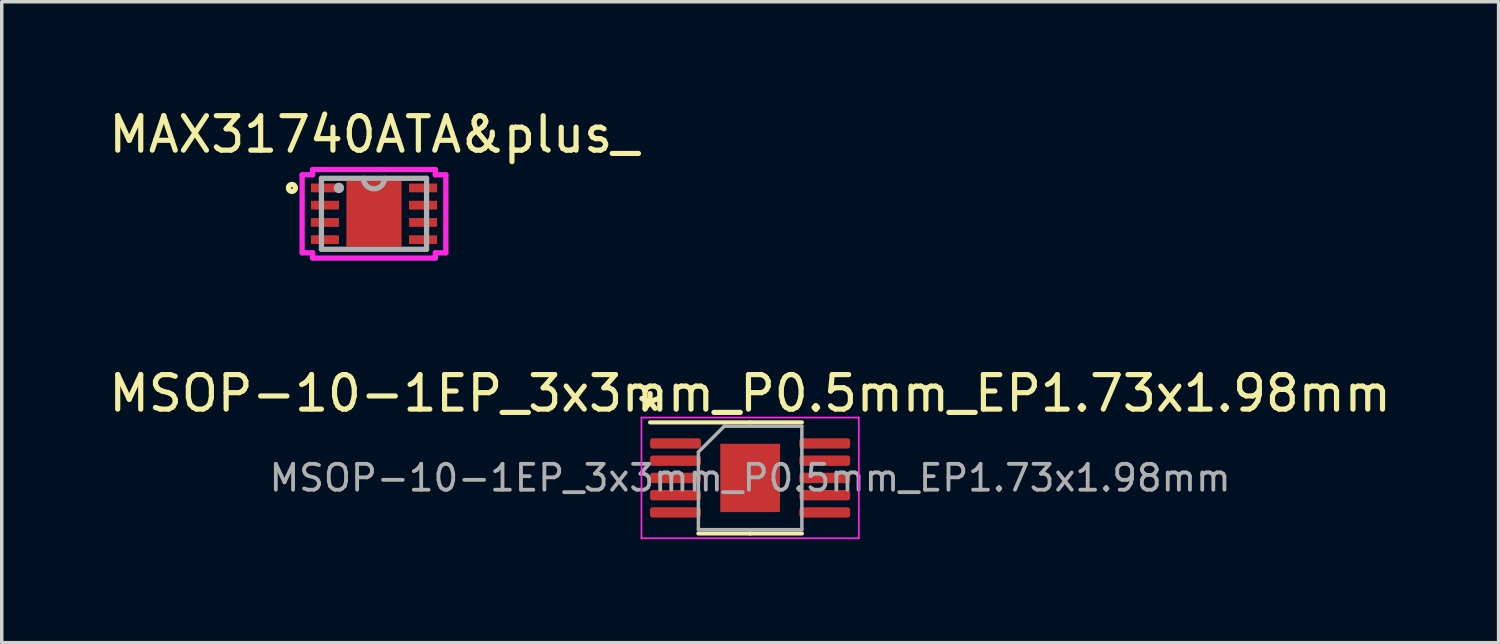
<source format=kicad_pcb>
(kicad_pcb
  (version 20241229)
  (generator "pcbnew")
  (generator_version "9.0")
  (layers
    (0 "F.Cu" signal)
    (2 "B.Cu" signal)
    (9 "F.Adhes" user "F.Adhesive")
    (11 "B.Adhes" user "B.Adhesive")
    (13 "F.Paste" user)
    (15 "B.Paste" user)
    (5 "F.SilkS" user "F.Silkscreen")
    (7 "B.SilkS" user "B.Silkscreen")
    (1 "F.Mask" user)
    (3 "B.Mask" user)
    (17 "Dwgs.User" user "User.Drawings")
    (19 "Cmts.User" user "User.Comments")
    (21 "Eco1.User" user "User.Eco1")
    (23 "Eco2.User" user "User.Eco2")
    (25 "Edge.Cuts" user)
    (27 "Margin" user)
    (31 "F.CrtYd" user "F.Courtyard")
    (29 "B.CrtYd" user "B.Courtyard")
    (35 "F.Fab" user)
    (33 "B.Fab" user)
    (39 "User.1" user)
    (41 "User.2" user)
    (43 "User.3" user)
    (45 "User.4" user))
  (footprint "MAX31740ATA&plus_"
    (layer "F.Cu")
    (at 7.792 3.148)
    (property "Reference" "MAX31740ATA&plus_" (at 0 -2.3 0) (layer "F.SilkS") (effects (font (size 1 1) (thickness 0.15))))
    (attr through_hole)
    (fp_circle (center -2.38 -0.75) (end -2.278 -0.75) (stroke (width 0.152) (type solid)) (fill no) (layer "F.SilkS"))
    (fp_line (start -2.083 -1.131) (end -1.778 -1.131) (stroke (width 0.152) (type solid)) (layer "F.CrtYd"))
    (fp_line (start -2.083 1.131) (end -2.083 -1.131) (stroke (width 0.152) (type solid)) (layer "F.CrtYd"))
    (fp_line (start -1.778 -1.283) (end 1.778 -1.283) (stroke (width 0.152) (type solid)) (layer "F.CrtYd"))
    (fp_line (start -1.778 -1.131) (end -1.778 -1.283) (stroke (width 0.152) (type solid)) (layer "F.CrtYd"))
    (fp_line (start -1.778 1.131) (end -2.083 1.131) (stroke (width 0.152) (type solid)) (layer "F.CrtYd"))
    (fp_line (start -1.778 1.283) (end -1.778 1.131) (stroke (width 0.152) (type solid)) (layer "F.CrtYd"))
    (fp_line (start 1.778 -1.283) (end 1.778 -1.131) (stroke (width 0.152) (type solid)) (layer "F.CrtYd"))
    (fp_line (start 1.778 -1.131) (end 2.083 -1.131) (stroke (width 0.152) (type solid)) (layer "F.CrtYd"))
    (fp_line (start 1.778 1.131) (end 1.778 1.283) (stroke (width 0.152) (type solid)) (layer "F.CrtYd"))
    (fp_line (start 1.778 1.283) (end -1.778 1.283) (stroke (width 0.152) (type solid)) (layer "F.CrtYd"))
    (fp_line (start 2.083 -1.131) (end 2.083 1.131) (stroke (width 0.152) (type solid)) (layer "F.CrtYd"))
    (fp_line (start 2.083 1.131) (end 1.778 1.131) (stroke (width 0.152) (type solid)) (layer "F.CrtYd"))
    (fp_line (start -1.524 -1.029) (end -1.524 1.029) (stroke (width 0.152) (type solid)) (layer "F.Fab"))
    (fp_line (start -1.524 1.029) (end 1.524 1.029) (stroke (width 0.152) (type solid)) (layer "F.Fab"))
    (fp_line (start 1.524 -1.029) (end -1.524 -1.029) (stroke (width 0.152) (type solid)) (layer "F.Fab"))
    (fp_line (start 1.524 1.029) (end 1.524 -1.029) (stroke (width 0.152) (type solid)) (layer "F.Fab"))
    (fp_arc (start 0.3048 -1.0287) (mid 0 -0.7239) (end -0.3048 -1.0287) (stroke (width 0.1524) (type solid)) (layer "F.Fab"))
    (fp_circle (center -1.016 -0.75) (end -0.94 -0.75) (stroke (width 0.152) (type solid)) (fill no) (layer "F.Fab"))
    (pad "1" smd rect (at -1.422 -0.75) (size 0.813 0.254) (layers "F.Cu" "F.Mask" "F.Paste"))
    (pad "2" smd rect (at -1.422 -0.25) (size 0.813 0.254) (layers "F.Cu" "F.Mask" "F.Paste"))
    (pad "3" smd rect (at -1.422 0.25) (size 0.813 0.254) (layers "F.Cu" "F.Mask" "F.Paste"))
    (pad "4" smd rect (at -1.422 0.75) (size 0.813 0.254) (layers "F.Cu" "F.Mask" "F.Paste"))
    (pad "5" smd rect (at 1.422 0.75) (size 0.813 0.254) (layers "F.Cu" "F.Mask" "F.Paste"))
    (pad "6" smd rect (at 1.422 0.25) (size 0.813 0.254) (layers "F.Cu" "F.Mask" "F.Paste"))
    (pad "7" smd rect (at 1.422 -0.25) (size 0.813 0.254) (layers "F.Cu" "F.Mask" "F.Paste"))
    (pad "8" smd rect (at 1.422 -0.75) (size 0.813 0.254) (layers "F.Cu" "F.Mask" "F.Paste"))
    (pad "9" smd rect (at 0 0) (size 1.6 1.905) (layers "F.Cu" "F.Mask" "F.Paste")))
  (footprint "MSOP-10-1EP_3x3mm_P0.5mm_EP1.73x1.98mm"
    (layer "F.Cu")
    (at 18.696 10.805)
    (property "Reference" "MSOP-10-1EP_3x3mm_P0.5mm_EP1.73x1.98mm" (at 0 -2.45 0) (layer "F.SilkS") (effects (font (size 1 1) (thickness 0.15))))
    (attr smd)
    (fp_line (start 0 -1.61) (end -2.9 -1.61) (stroke (width 0.12) (type solid)) (layer "F.SilkS"))
    (fp_line (start 0 -1.61) (end 1.5 -1.61) (stroke (width 0.12) (type solid)) (layer "F.SilkS"))
    (fp_line (start 0 1.61) (end -1.5 1.61) (stroke (width 0.12) (type solid)) (layer "F.SilkS"))
    (fp_line (start 0 1.61) (end 1.5 1.61) (stroke (width 0.12) (type solid)) (layer "F.SilkS"))
    (fp_line (start -3.15 -1.75) (end -3.15 1.75) (stroke (width 0.05) (type solid)) (layer "F.CrtYd"))
    (fp_line (start -3.15 1.75) (end 3.15 1.75) (stroke (width 0.05) (type solid)) (layer "F.CrtYd"))
    (fp_line (start 3.15 -1.75) (end -3.15 -1.75) (stroke (width 0.05) (type solid)) (layer "F.CrtYd"))
    (fp_line (start 3.15 1.75) (end 3.15 -1.75) (stroke (width 0.05) (type solid)) (layer "F.CrtYd"))
    (fp_line (start -1.5 -0.75) (end -0.75 -1.5) (stroke (width 0.1) (type solid)) (layer "F.Fab"))
    (fp_line (start -1.5 1.5) (end -1.5 -0.75) (stroke (width 0.1) (type solid)) (layer "F.Fab"))
    (fp_line (start -0.75 -1.5) (end 1.5 -1.5) (stroke (width 0.1) (type solid)) (layer "F.Fab"))
    (fp_line (start 1.5 -1.5) (end 1.5 1.5) (stroke (width 0.1) (type solid)) (layer "F.Fab"))
    (fp_line (start 1.5 1.5) (end -1.5 1.5) (stroke (width 0.1) (type solid)) (layer "F.Fab"))
    (fp_text user "*" (at -2.9 -1.9 0) (layer "F.SilkS") (effects (font (size 1 1) (thickness 0.15))))
    (fp_text user "${REFERENCE}" (at 0 0 0) (layer "F.Fab") (effects (font (size 0.75 0.75) (thickness 0.11))))
    (pad "" smd roundrect (at -0.43 -0.495) (size 0.7 0.8) (layers "F.Paste") (roundrect_rratio 0.25))
    (pad "" smd roundrect (at -0.43 0.495) (size 0.7 0.8) (layers "F.Paste") (roundrect_rratio 0.25))
    (pad "" smd roundrect (at 0.43 -0.495) (size 0.7 0.8) (layers "F.Paste") (roundrect_rratio 0.25))
    (pad "" smd roundrect (at 0.43 0.495) (size 0.7 0.8) (layers "F.Paste") (roundrect_rratio 0.25))
    (pad "1" smd roundrect (at -2.163 -1) (size 1.475 0.3) (layers "F.Cu" "F.Mask" "F.Paste") (roundrect_rratio 0.25))
    (pad "2" smd roundrect (at -2.163 -0.5) (size 1.475 0.3) (layers "F.Cu" "F.Mask" "F.Paste") (roundrect_rratio 0.25))
    (pad "3" smd roundrect (at -2.163 0) (size 1.475 0.3) (layers "F.Cu" "F.Mask" "F.Paste") (roundrect_rratio 0.25))
    (pad "4" smd roundrect (at -2.163 0.5) (size 1.475 0.3) (layers "F.Cu" "F.Mask" "F.Paste") (roundrect_rratio 0.25))
    (pad "5" smd roundrect (at -2.163 1) (size 1.475 0.3) (layers "F.Cu" "F.Mask" "F.Paste") (roundrect_rratio 0.25))
    (pad "6" smd roundrect (at 2.163 1) (size 1.475 0.3) (layers "F.Cu" "F.Mask" "F.Paste") (roundrect_rratio 0.25))
    (pad "7" smd roundrect (at 2.163 0.5) (size 1.475 0.3) (layers "F.Cu" "F.Mask" "F.Paste") (roundrect_rratio 0.25))
    (pad "8" smd roundrect (at 2.163 0) (size 1.475 0.3) (layers "F.Cu" "F.Mask" "F.Paste") (roundrect_rratio 0.25))
    (pad "9" smd roundrect (at 2.163 -0.5) (size 1.475 0.3) (layers "F.Cu" "F.Mask" "F.Paste") (roundrect_rratio 0.25))
    (pad "10" smd roundrect (at 2.163 -1) (size 1.475 0.3) (layers "F.Cu" "F.Mask" "F.Paste") (roundrect_rratio 0.25))
    (pad "11" smd rect (at 0 0) (size 1.73 1.98) (layers "F.Cu" "F.Mask")))
  (gr_rect
    (start -3 -3)
    (end 40.393 15.58)
    (stroke (width 0.1) (type default))
    (fill no)
    (layer "Edge.Cuts")))
</source>
